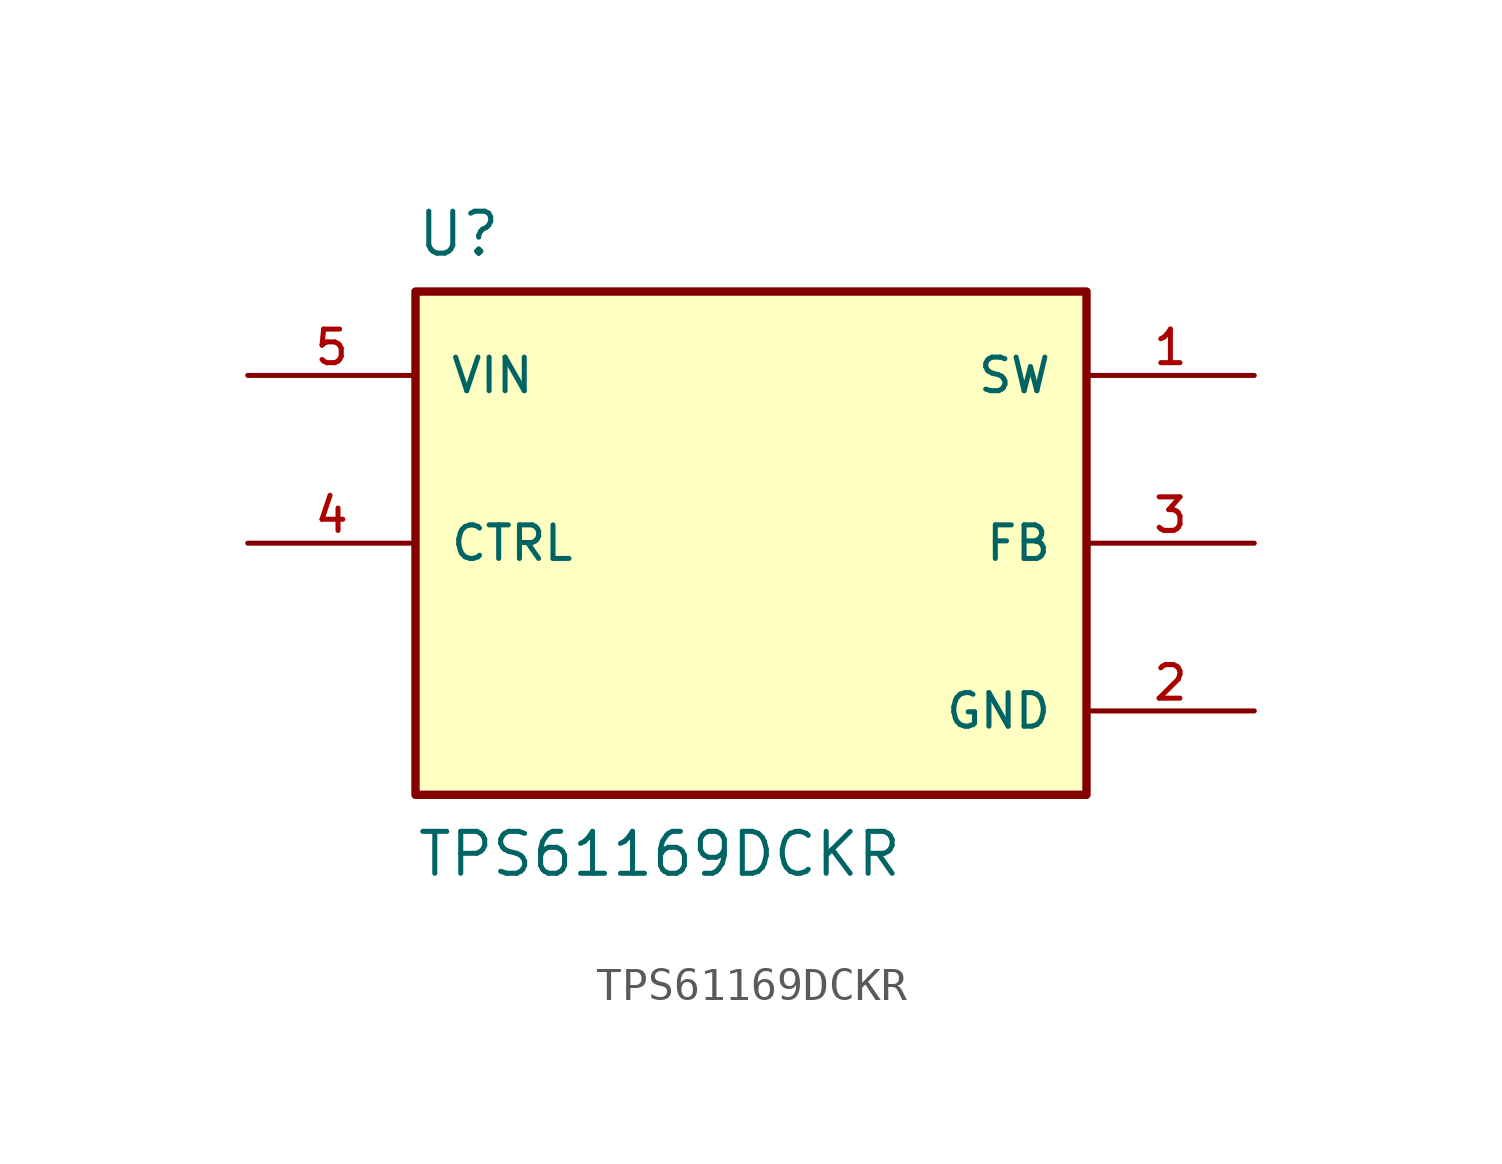
<source format=kicad_sym>
(kicad_symbol_lib
  (version 20241209)
  (generator "kicad_symbol_editor")
  (generator_version "9.0")
  (symbol "TPS61169DCKR"
    (pin_names
      (offset 1.016))
    (property "Reference" "U"
      (at -10.16 8.62 0)
      (effects (font (size 1.27 1.27)) (justify left bottom)))
    (property "Value" "TPS61169DCKR"
      (at -10.16 -10.16 0)
      (effects (font (size 1.27 1.27)) (justify left bottom)))
    (symbol "TPS61169DCKR_0_0"
      (rectangle (start -10.16 -7.62) (end 10.16 7.62) (stroke (width 0.254) (type default)) (fill (type background)))
      (pin input line (at -15.24 5.08 0) (length 5.08) (name "VIN" (effects (font (size 1.016 1.016)))) (number "5" (effects (font (size 1.016 1.016)))))
      (pin input line (at -15.24 0 0) (length 5.08) (name "CTRL" (effects (font (size 1.016 1.016)))) (number "4" (effects (font (size 1.016 1.016)))))
      (pin input line (at 15.24 5.08 180) (length 5.08) (name "SW" (effects (font (size 1.016 1.016)))) (number "1" (effects (font (size 1.016 1.016)))))
      (pin input line (at 15.24 0 180) (length 5.08) (name "FB" (effects (font (size 1.016 1.016)))) (number "3" (effects (font (size 1.016 1.016)))))
      (pin power_in line (at 15.24 -5.08 180) (length 5.08) (name "GND" (effects (font (size 1.016 1.016)))) (number "2" (effects (font (size 1.016 1.016))))))))
</source>
